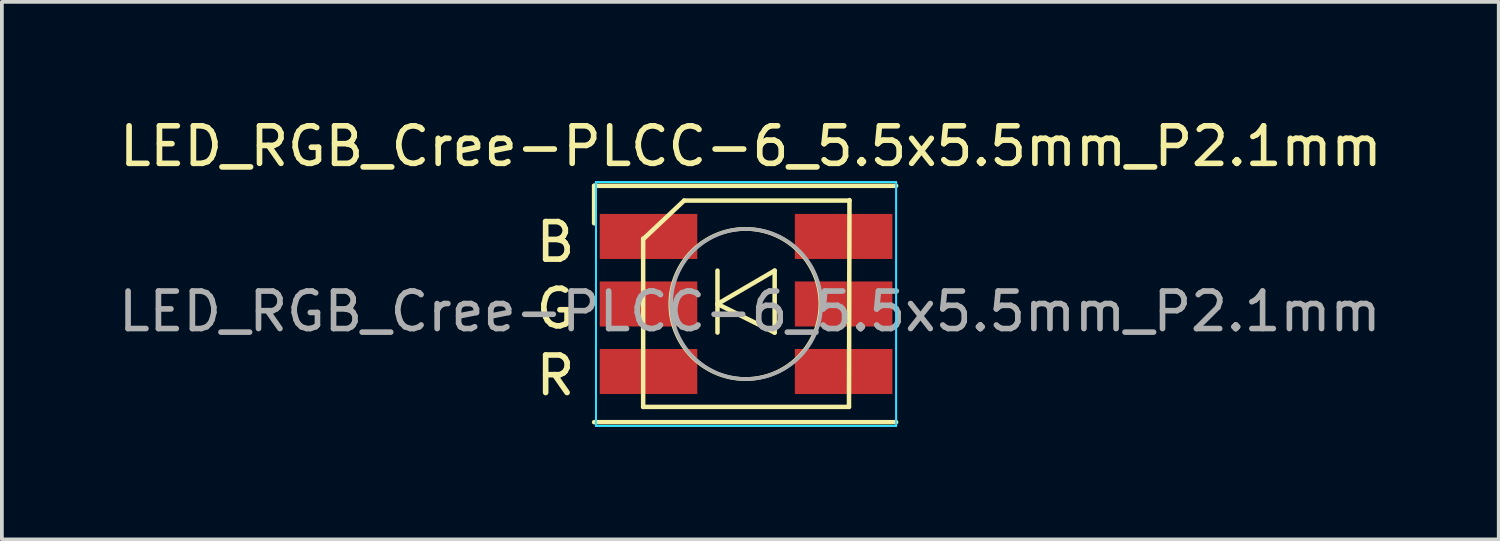
<source format=kicad_pcb>
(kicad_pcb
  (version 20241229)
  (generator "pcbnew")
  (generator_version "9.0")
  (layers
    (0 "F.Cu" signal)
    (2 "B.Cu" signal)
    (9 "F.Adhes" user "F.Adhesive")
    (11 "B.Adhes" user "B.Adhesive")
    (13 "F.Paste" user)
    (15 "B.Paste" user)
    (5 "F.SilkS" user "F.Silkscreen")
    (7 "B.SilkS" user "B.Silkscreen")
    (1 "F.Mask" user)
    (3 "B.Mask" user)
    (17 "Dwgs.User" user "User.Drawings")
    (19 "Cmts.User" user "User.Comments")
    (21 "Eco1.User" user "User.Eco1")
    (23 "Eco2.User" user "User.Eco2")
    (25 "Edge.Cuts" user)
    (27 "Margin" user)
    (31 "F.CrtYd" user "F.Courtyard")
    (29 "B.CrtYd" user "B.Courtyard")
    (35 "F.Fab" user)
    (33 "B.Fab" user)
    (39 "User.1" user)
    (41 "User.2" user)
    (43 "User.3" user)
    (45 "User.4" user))
  (footprint "LED_RGB_Cree-PLCC-6_5.5x5.5mm_P2.1mm"
    (layer "F.Cu")
    (at 16.835 5.052)
    (property "Reference" "LED_RGB_Cree-PLCC-6_5.5x5.5mm_P2.1mm" (at 0.127 -4.204 0) (layer "F.SilkS") (effects (font (size 1 1) (thickness 0.15))))
    (attr through_hole)
    (fp_line (start -4.05 -3.15) (end 4 -3.15) (stroke (width 0.12) (type solid)) (layer "F.SilkS"))
    (fp_line (start -4.05 -2.15) (end -4.05 -3.15) (stroke (width 0.12) (type solid)) (layer "F.SilkS"))
    (fp_line (start -4.05 3.15) (end 4 3.15) (stroke (width 0.12) (type solid)) (layer "F.SilkS"))
    (fp_line (start -2.743 2.743) (end -2.743 -1.74) (stroke (width 0.12) (type solid)) (layer "F.SilkS"))
    (fp_line (start -1.651 -2.756) (end -2.743 -1.727) (stroke (width 0.12) (type solid)) (layer "F.SilkS"))
    (fp_line (start -1.651 -2.756) (end 2.756 -2.756) (stroke (width 0.12) (type solid)) (layer "F.SilkS"))
    (fp_line (start -0.762 -0.889) (end -0.762 0.762) (stroke (width 0.12) (type solid)) (layer "F.SilkS"))
    (fp_line (start 0.762 -0.889) (end -0.762 0) (stroke (width 0.12) (type solid)) (layer "F.SilkS"))
    (fp_line (start 0.762 -0.889) (end 0.762 0.762) (stroke (width 0.12) (type solid)) (layer "F.SilkS"))
    (fp_line (start 0.762 0.762) (end -0.762 0) (stroke (width 0.12) (type solid)) (layer "F.SilkS"))
    (fp_line (start 2.743 2.743) (end -2.743 2.743) (stroke (width 0.12) (type solid)) (layer "F.SilkS"))
    (fp_line (start 2.756 -2.769) (end 2.743 2.743) (stroke (width 0.12) (type solid)) (layer "F.SilkS"))
    (fp_circle (center -0.019 0) (end 1.981 0) (stroke (width 0.1) (type solid)) (fill no) (layer "F.SilkS"))
    (fp_line (start -4 -3.25) (end 4 -3.25) (stroke (width 0.05) (type solid)) (layer "B.CrtYd"))
    (fp_line (start -4 3.25) (end -4 -3.25) (stroke (width 0.05) (type solid)) (layer "B.CrtYd"))
    (fp_line (start 4 -3.25) (end 4 3.25) (stroke (width 0.05) (type solid)) (layer "B.CrtYd"))
    (fp_line (start 4 3.25) (end -4 3.25) (stroke (width 0.05) (type solid)) (layer "B.CrtYd"))
    (fp_line (start -4 -3.25) (end -4 3.25) (stroke (width 0.05) (type solid)) (layer "F.CrtYd"))
    (fp_line (start -4 3.25) (end 4 3.25) (stroke (width 0.05) (type solid)) (layer "F.CrtYd"))
    (fp_line (start 4 -3.25) (end -4 -3.25) (stroke (width 0.05) (type solid)) (layer "F.CrtYd"))
    (fp_line (start 4 3.25) (end 4 -3.25) (stroke (width 0.05) (type solid)) (layer "F.CrtYd"))
    (fp_circle (center 0 0) (end 0 -2) (stroke (width 0.1) (type solid)) (fill no) (layer "F.Fab"))
    (fp_text user "R" (at -5.08 1.905 0) (layer "F.SilkS") (effects (font (size 1 1) (thickness 0.15))))
    (fp_text user "G" (at -5.08 0.127 0) (layer "F.SilkS") (effects (font (size 1 1) (thickness 0.15))))
    (fp_text user "B" (at -5.08 -1.651 0) (layer "F.SilkS") (effects (font (size 1 1) (thickness 0.15))))
    (fp_text user "${REFERENCE}" (at 0.1 0.2 0) (layer "F.Fab") (effects (font (size 1 1) (thickness 0.15))))
    (pad "1" smd rect (at -2.6 -1.8) (size 2.6 1.2) (layers "F.Cu" "F.Mask" "F.Paste"))
    (pad "2" smd rect (at -2.6 0) (size 2.6 1.2) (layers "F.Cu" "F.Mask" "F.Paste"))
    (pad "3" smd rect (at -2.6 1.8) (size 2.6 1.2) (layers "F.Cu" "F.Mask" "F.Paste"))
    (pad "4" smd rect (at 2.6 1.8) (size 2.6 1.2) (layers "F.Cu" "F.Mask" "F.Paste"))
    (pad "5" smd rect (at 2.6 0) (size 2.6 1.2) (layers "F.Cu" "F.Mask" "F.Paste"))
    (pad "6" smd rect (at 2.6 -1.8) (size 2.6 1.2) (layers "F.Cu" "F.Mask" "F.Paste")))
  (gr_rect
    (start -3 -3)
    (end 36.896 11.327)
    (stroke (width 0.1) (type default))
    (fill no)
    (layer "Edge.Cuts")))
</source>
